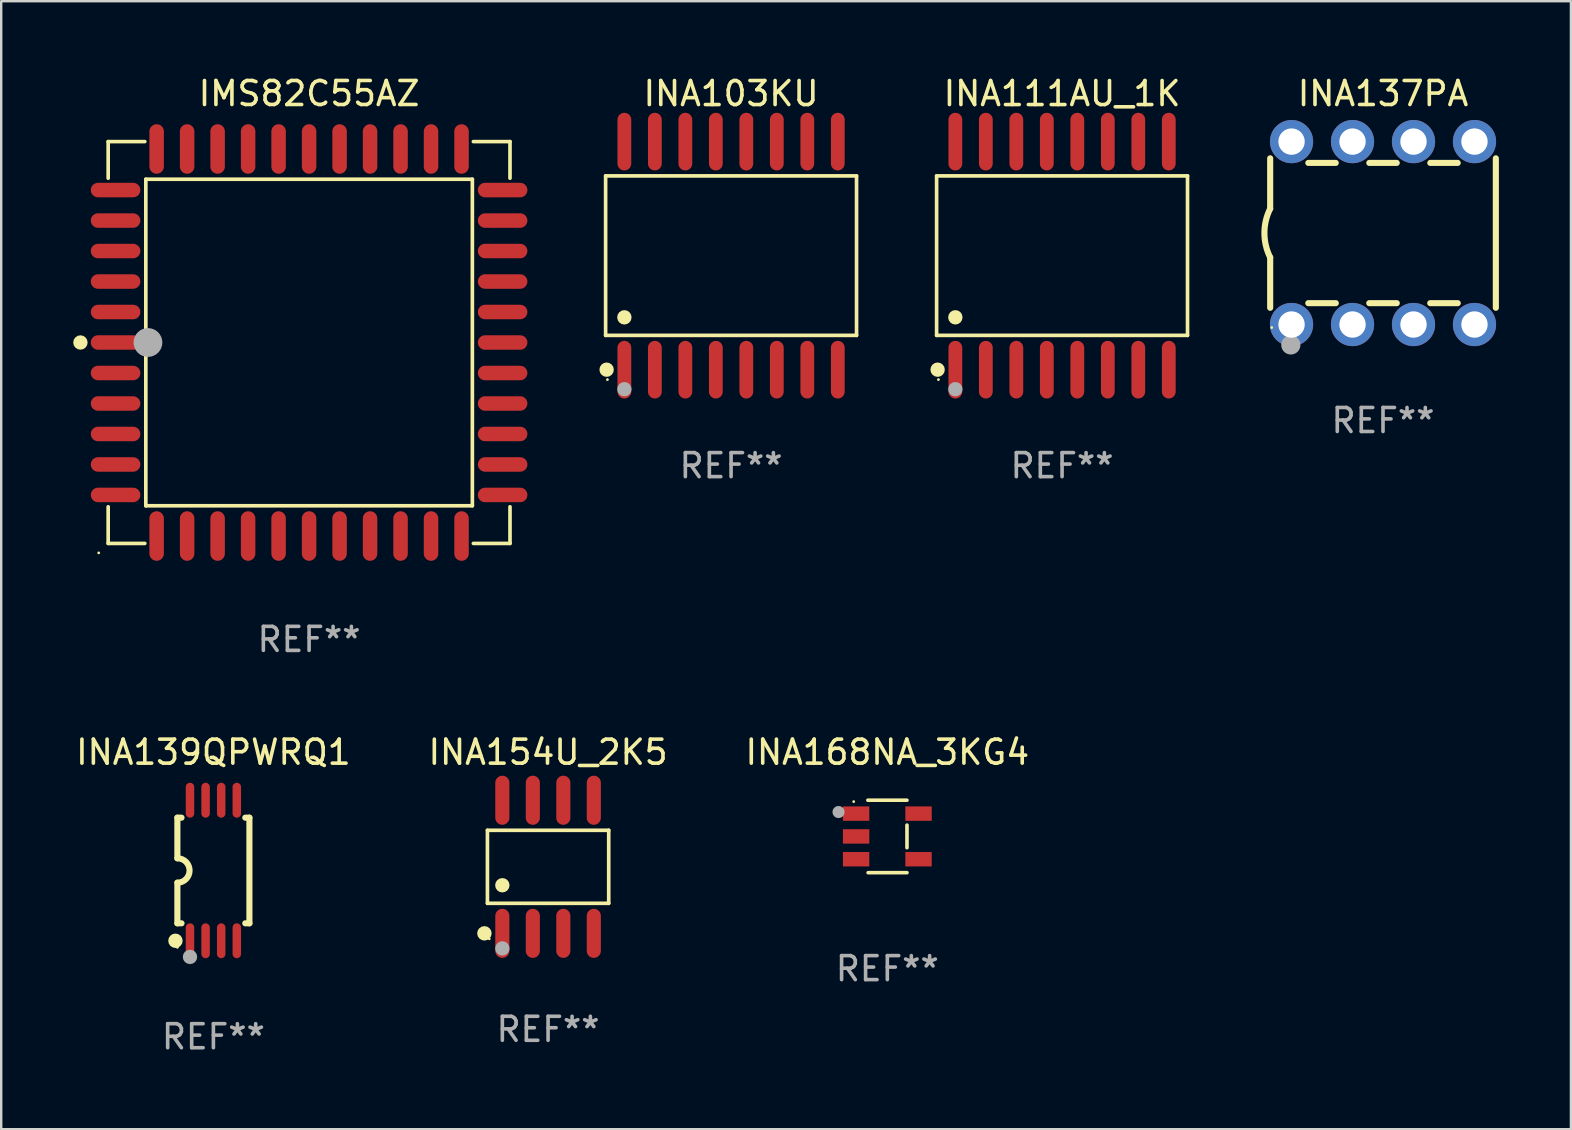
<source format=kicad_pcb>
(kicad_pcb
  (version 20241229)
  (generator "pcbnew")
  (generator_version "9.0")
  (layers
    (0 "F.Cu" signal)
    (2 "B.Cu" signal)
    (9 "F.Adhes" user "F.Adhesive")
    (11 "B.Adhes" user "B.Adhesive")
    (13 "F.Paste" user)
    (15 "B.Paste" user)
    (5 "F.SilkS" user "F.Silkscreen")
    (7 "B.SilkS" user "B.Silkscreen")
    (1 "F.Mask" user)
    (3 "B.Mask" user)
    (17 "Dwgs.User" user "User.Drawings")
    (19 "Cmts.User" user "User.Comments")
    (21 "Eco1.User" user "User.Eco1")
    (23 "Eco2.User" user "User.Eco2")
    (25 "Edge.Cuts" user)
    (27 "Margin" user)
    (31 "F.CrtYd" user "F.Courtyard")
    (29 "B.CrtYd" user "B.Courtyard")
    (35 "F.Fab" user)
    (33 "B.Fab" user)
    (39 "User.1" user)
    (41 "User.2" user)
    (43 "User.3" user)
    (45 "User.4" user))
  (footprint "IMS82C55AZ"
    (layer "F.Cu")
    (at 9.825 11.217)
    (property "Reference" "IMS82C55AZ" (at 0 -10.369 0) (layer "F.SilkS") (effects (font (size 1 1) (thickness 0.15))))
    (attr through_hole)
    (fp_line (start -8.369 -8.369) (end -6.843 -8.369) (stroke (width 0.152) (type solid)) (layer "F.SilkS"))
    (fp_line (start -8.369 -6.843) (end -8.369 -8.369) (stroke (width 0.152) (type solid)) (layer "F.SilkS"))
    (fp_line (start -8.369 6.843) (end -8.369 8.369) (stroke (width 0.152) (type solid)) (layer "F.SilkS"))
    (fp_line (start -8.369 8.369) (end -6.843 8.369) (stroke (width 0.152) (type solid)) (layer "F.SilkS"))
    (fp_line (start -6.801 -6.801) (end 6.801 -6.801) (stroke (width 0.152) (type solid)) (layer "F.SilkS"))
    (fp_line (start -6.801 6.801) (end -6.801 -6.801) (stroke (width 0.152) (type solid)) (layer "F.SilkS"))
    (fp_line (start 6.801 -6.801) (end 6.801 6.801) (stroke (width 0.152) (type solid)) (layer "F.SilkS"))
    (fp_line (start 6.801 6.801) (end -6.801 6.801) (stroke (width 0.152) (type solid)) (layer "F.SilkS"))
    (fp_line (start 8.369 -8.369) (end 6.843 -8.369) (stroke (width 0.152) (type solid)) (layer "F.SilkS"))
    (fp_line (start 8.369 -6.843) (end 8.369 -8.369) (stroke (width 0.152) (type solid)) (layer "F.SilkS"))
    (fp_line (start 8.369 6.843) (end 8.369 8.369) (stroke (width 0.152) (type solid)) (layer "F.SilkS"))
    (fp_line (start 8.369 8.369) (end 6.843 8.369) (stroke (width 0.152) (type solid)) (layer "F.SilkS"))
    (fp_circle (center -9.525 -0.000127) (end -9.375 -0.000127) (stroke (width 0.3) (type solid)) (fill no) (layer "F.SilkS"))
    (fp_circle (center -8.763 8.763) (end -8.733 8.763) (stroke (width 0.06) (type solid)) (fill no) (layer "F.SilkS"))
    (fp_circle (center -6.712 -0.000127) (end -6.412 -0.000127) (stroke (width 0.6) (type solid)) (fill no) (layer "F.Fab"))
    (fp_text user "REF**" (at 0 12.369 0) (layer "F.Fab") (effects (font (size 1 1) (thickness 0.15))))
    (pad "1" smd oval (at -8.061 -0.000127 90) (size 0.604 2.064) (layers "F.Cu" "F.Mask" "F.Paste"))
    (pad "2" smd oval (at -8.061 1.27 90) (size 0.604 2.064) (layers "F.Cu" "F.Mask" "F.Paste"))
    (pad "3" smd oval (at -8.061 2.54 90) (size 0.604 2.064) (layers "F.Cu" "F.Mask" "F.Paste"))
    (pad "4" smd oval (at -8.061 3.81 90) (size 0.604 2.064) (layers "F.Cu" "F.Mask" "F.Paste"))
    (pad "5" smd oval (at -8.061 5.08 90) (size 0.604 2.064) (layers "F.Cu" "F.Mask" "F.Paste"))
    (pad "6" smd oval (at -8.061 6.35 90) (size 0.604 2.064) (layers "F.Cu" "F.Mask" "F.Paste"))
    (pad "7" smd oval (at -6.35 8.061 90) (size 2.064 0.604) (layers "F.Cu" "F.Mask" "F.Paste"))
    (pad "8" smd oval (at -5.08 8.061 90) (size 2.064 0.604) (layers "F.Cu" "F.Mask" "F.Paste"))
    (pad "9" smd oval (at -3.81 8.061 90) (size 2.064 0.604) (layers "F.Cu" "F.Mask" "F.Paste"))
    (pad "10" smd oval (at -2.54 8.061 90) (size 2.064 0.604) (layers "F.Cu" "F.Mask" "F.Paste"))
    (pad "11" smd oval (at -1.27 8.061 90) (size 2.064 0.604) (layers "F.Cu" "F.Mask" "F.Paste"))
    (pad "12" smd oval (at 0.000076 8.061 90) (size 2.064 0.604) (layers "F.Cu" "F.Mask" "F.Paste"))
    (pad "13" smd oval (at 1.27 8.061 90) (size 2.064 0.604) (layers "F.Cu" "F.Mask" "F.Paste"))
    (pad "14" smd oval (at 2.54 8.061 90) (size 2.064 0.604) (layers "F.Cu" "F.Mask" "F.Paste"))
    (pad "15" smd oval (at 3.81 8.061 90) (size 2.064 0.604) (layers "F.Cu" "F.Mask" "F.Paste"))
    (pad "16" smd oval (at 5.08 8.061 90) (size 2.064 0.604) (layers "F.Cu" "F.Mask" "F.Paste"))
    (pad "17" smd oval (at 6.35 8.061 90) (size 2.064 0.604) (layers "F.Cu" "F.Mask" "F.Paste"))
    (pad "18" smd oval (at 8.062 6.35 90) (size 0.604 2.064) (layers "F.Cu" "F.Mask" "F.Paste"))
    (pad "19" smd oval (at 8.062 5.08 90) (size 0.604 2.064) (layers "F.Cu" "F.Mask" "F.Paste"))
    (pad "20" smd oval (at 8.062 3.81 90) (size 0.604 2.064) (layers "F.Cu" "F.Mask" "F.Paste"))
    (pad "21" smd oval (at 8.062 2.54 90) (size 0.604 2.064) (layers "F.Cu" "F.Mask" "F.Paste"))
    (pad "22" smd oval (at 8.062 1.27 90) (size 0.604 2.064) (layers "F.Cu" "F.Mask" "F.Paste"))
    (pad "23" smd oval (at 8.062 -0.000127 90) (size 0.604 2.064) (layers "F.Cu" "F.Mask" "F.Paste"))
    (pad "24" smd oval (at 8.062 -1.27 90) (size 0.604 2.064) (layers "F.Cu" "F.Mask" "F.Paste"))
    (pad "25" smd oval (at 8.062 -2.54 90) (size 0.604 2.064) (layers "F.Cu" "F.Mask" "F.Paste"))
    (pad "26" smd oval (at 8.062 -3.81 90) (size 0.604 2.064) (layers "F.Cu" "F.Mask" "F.Paste"))
    (pad "27" smd oval (at 8.062 -5.08 90) (size 0.604 2.064) (layers "F.Cu" "F.Mask" "F.Paste"))
    (pad "28" smd oval (at 8.062 -6.35 90) (size 0.604 2.064) (layers "F.Cu" "F.Mask" "F.Paste"))
    (pad "29" smd oval (at 6.35 -8.061 90) (size 2.064 0.604) (layers "F.Cu" "F.Mask" "F.Paste"))
    (pad "30" smd oval (at 5.08 -8.061 90) (size 2.064 0.604) (layers "F.Cu" "F.Mask" "F.Paste"))
    (pad "31" smd oval (at 3.81 -8.061 90) (size 2.064 0.604) (layers "F.Cu" "F.Mask" "F.Paste"))
    (pad "32" smd oval (at 2.54 -8.061 90) (size 2.064 0.604) (layers "F.Cu" "F.Mask" "F.Paste"))
    (pad "33" smd oval (at 1.27 -8.061 90) (size 2.064 0.604) (layers "F.Cu" "F.Mask" "F.Paste"))
    (pad "34" smd oval (at 0.000076 -8.061 90) (size 2.064 0.604) (layers "F.Cu" "F.Mask" "F.Paste"))
    (pad "35" smd oval (at -1.27 -8.061 90) (size 2.064 0.604) (layers "F.Cu" "F.Mask" "F.Paste"))
    (pad "36" smd oval (at -2.54 -8.061 90) (size 2.064 0.604) (layers "F.Cu" "F.Mask" "F.Paste"))
    (pad "37" smd oval (at -3.81 -8.061 90) (size 2.064 0.604) (layers "F.Cu" "F.Mask" "F.Paste"))
    (pad "38" smd oval (at -5.08 -8.061 90) (size 2.064 0.604) (layers "F.Cu" "F.Mask" "F.Paste"))
    (pad "39" smd oval (at -6.35 -8.061 90) (size 2.064 0.604) (layers "F.Cu" "F.Mask" "F.Paste"))
    (pad "40" smd oval (at -8.061 -6.35 90) (size 0.604 2.064) (layers "F.Cu" "F.Mask" "F.Paste"))
    (pad "41" smd oval (at -8.061 -5.08 90) (size 0.604 2.064) (layers "F.Cu" "F.Mask" "F.Paste"))
    (pad "42" smd oval (at -8.061 -3.81 90) (size 0.604 2.064) (layers "F.Cu" "F.Mask" "F.Paste"))
    (pad "43" smd oval (at -8.061 -2.54 90) (size 0.604 2.064) (layers "F.Cu" "F.Mask" "F.Paste"))
    (pad "44" smd oval (at -8.061 -1.27 90) (size 0.604 2.064) (layers "F.Cu" "F.Mask" "F.Paste")))
  (footprint "INA168NA_3KG4"
    (layer "F.Cu")
    (at 33.911 31.792)
    (property "Reference" "INA168NA_3KG4" (at 0 -3.509 0) (layer "F.SilkS") (effects (font (size 1 1) (thickness 0.15))))
    (attr through_hole)
    (fp_line (start -0.811 -1.509) (end 0.819 -1.509) (stroke (width 0.15) (type solid)) (layer "F.SilkS"))
    (fp_line (start -0.8 1.509) (end 0.82 1.509) (stroke (width 0.15) (type solid)) (layer "F.SilkS"))
    (fp_line (start 0.819 -0.472) (end 0.819 0.47) (stroke (width 0.15) (type solid)) (layer "F.SilkS"))
    (fp_circle (center -1.4 -1.451) (end -1.37 -1.451) (stroke (width 0.06) (type solid)) (fill no) (layer "F.SilkS"))
    (fp_circle (center -2.032 -1.017) (end -1.905 -1.017) (stroke (width 0.254) (type solid)) (fill no) (layer "F.Fab"))
    (fp_text user "REF**" (at 0 5.509 0) (layer "F.Fab") (effects (font (size 1 1) (thickness 0.15))))
    (pad "1" smd rect (at -1.3 -0.951) (size 1.1 0.6) (layers "F.Cu" "F.Mask" "F.Paste"))
    (pad "2" smd rect (at -1.3 -0.001) (size 1.1 0.6) (layers "F.Cu" "F.Mask" "F.Paste"))
    (pad "3" smd rect (at -1.3 0.949) (size 1.1 0.6) (layers "F.Cu" "F.Mask" "F.Paste"))
    (pad "4" smd rect (at 1.3 0.949) (size 1.1 0.6) (layers "F.Cu" "F.Mask" "F.Paste"))
    (pad "5" smd rect (at 1.3 -0.951) (size 1.1 0.6) (layers "F.Cu" "F.Mask" "F.Paste")))
  (footprint "INA111AU_1K"
    (layer "F.Cu")
    (at 41.19 7.599)
    (property "Reference" "INA111AU_1K" (at 0 -6.75 0) (layer "F.SilkS") (effects (font (size 1 1) (thickness 0.15))))
    (attr through_hole)
    (fp_line (start -5.226 -3.321) (end 5.226 -3.321) (stroke (width 0.152) (type solid)) (layer "F.SilkS"))
    (fp_line (start -5.226 3.321) (end -5.226 -3.321) (stroke (width 0.152) (type solid)) (layer "F.SilkS"))
    (fp_line (start 5.226 -3.321) (end 5.226 3.321) (stroke (width 0.152) (type solid)) (layer "F.SilkS"))
    (fp_line (start 5.226 3.321) (end -5.226 3.321) (stroke (width 0.152) (type solid)) (layer "F.SilkS"))
    (fp_circle (center -5.184 4.75) (end -5.034 4.75) (stroke (width 0.3) (type solid)) (fill no) (layer "F.SilkS"))
    (fp_circle (center -5.15 5.163) (end -5.12 5.163) (stroke (width 0.06) (type solid)) (fill no) (layer "F.SilkS"))
    (fp_circle (center -4.445 2.569) (end -4.295 2.569) (stroke (width 0.3) (type solid)) (fill no) (layer "F.SilkS"))
    (fp_circle (center -4.445 5.563) (end -4.295 5.563) (stroke (width 0.3) (type solid)) (fill no) (layer "F.Fab"))
    (fp_text user "REF**" (at 0 8.75 0) (layer "F.Fab") (effects (font (size 1 1) (thickness 0.15))))
    (pad "1" smd oval (at -4.445 4.75) (size 0.574 2.401) (layers "F.Cu" "F.Mask" "F.Paste"))
    (pad "2" smd oval (at -3.175 4.75) (size 0.574 2.401) (layers "F.Cu" "F.Mask" "F.Paste"))
    (pad "3" smd oval (at -1.905 4.75) (size 0.574 2.401) (layers "F.Cu" "F.Mask" "F.Paste"))
    (pad "4" smd oval (at -0.635 4.75) (size 0.574 2.401) (layers "F.Cu" "F.Mask" "F.Paste"))
    (pad "5" smd oval (at 0.635 4.75) (size 0.574 2.401) (layers "F.Cu" "F.Mask" "F.Paste"))
    (pad "6" smd oval (at 1.905 4.75) (size 0.574 2.401) (layers "F.Cu" "F.Mask" "F.Paste"))
    (pad "7" smd oval (at 3.175 4.75) (size 0.574 2.401) (layers "F.Cu" "F.Mask" "F.Paste"))
    (pad "8" smd oval (at 4.445 4.75) (size 0.574 2.401) (layers "F.Cu" "F.Mask" "F.Paste"))
    (pad "9" smd oval (at 4.445 -4.75) (size 0.574 2.401) (layers "F.Cu" "F.Mask" "F.Paste"))
    (pad "10" smd oval (at 3.175 -4.75) (size 0.574 2.401) (layers "F.Cu" "F.Mask" "F.Paste"))
    (pad "11" smd oval (at 1.905 -4.75) (size 0.574 2.401) (layers "F.Cu" "F.Mask" "F.Paste"))
    (pad "12" smd oval (at 0.635 -4.75) (size 0.574 2.401) (layers "F.Cu" "F.Mask" "F.Paste"))
    (pad "13" smd oval (at -0.635 -4.75) (size 0.574 2.401) (layers "F.Cu" "F.Mask" "F.Paste"))
    (pad "14" smd oval (at -1.905 -4.75) (size 0.574 2.401) (layers "F.Cu" "F.Mask" "F.Paste"))
    (pad "15" smd oval (at -3.175 -4.75) (size 0.574 2.401) (layers "F.Cu" "F.Mask" "F.Paste"))
    (pad "16" smd oval (at -4.445 -4.75) (size 0.574 2.401) (layers "F.Cu" "F.Mask" "F.Paste")))
  (footprint "INA154U_2K5"
    (layer "F.Cu")
    (at 19.78 33.056)
    (property "Reference" "INA154U_2K5" (at 0 -4.772 0) (layer "F.SilkS") (effects (font (size 1 1) (thickness 0.15))))
    (attr through_hole)
    (fp_line (start -2.526 -1.521) (end 2.526 -1.521) (stroke (width 0.152) (type solid)) (layer "F.SilkS"))
    (fp_line (start -2.526 1.521) (end -2.526 -1.521) (stroke (width 0.152) (type solid)) (layer "F.SilkS"))
    (fp_line (start 2.526 -1.521) (end 2.526 1.521) (stroke (width 0.152) (type solid)) (layer "F.SilkS"))
    (fp_line (start 2.526 1.521) (end -2.526 1.521) (stroke (width 0.152) (type solid)) (layer "F.SilkS"))
    (fp_circle (center -2.652 2.772) (end -2.501 2.772) (stroke (width 0.3) (type solid)) (fill no) (layer "F.SilkS"))
    (fp_circle (center -2.45 3) (end -2.42 3) (stroke (width 0.06) (type solid)) (fill no) (layer "F.SilkS"))
    (fp_circle (center -1.905 0.769) (end -1.755 0.769) (stroke (width 0.3) (type solid)) (fill no) (layer "F.SilkS"))
    (fp_circle (center -1.905 3.4) (end -1.755 3.4) (stroke (width 0.3) (type solid)) (fill no) (layer "F.Fab"))
    (fp_text user "REF**" (at 0 6.772 0) (layer "F.Fab") (effects (font (size 1 1) (thickness 0.15))))
    (pad "1" smd oval (at -1.905 2.772) (size 0.588 2.045) (layers "F.Cu" "F.Mask" "F.Paste"))
    (pad "2" smd oval (at -0.635 2.772) (size 0.588 2.045) (layers "F.Cu" "F.Mask" "F.Paste"))
    (pad "3" smd oval (at 0.635 2.772) (size 0.588 2.045) (layers "F.Cu" "F.Mask" "F.Paste"))
    (pad "4" smd oval (at 1.905 2.772) (size 0.588 2.045) (layers "F.Cu" "F.Mask" "F.Paste"))
    (pad "5" smd oval (at 1.905 -2.772) (size 0.588 2.045) (layers "F.Cu" "F.Mask" "F.Paste"))
    (pad "6" smd oval (at 0.635 -2.772) (size 0.588 2.045) (layers "F.Cu" "F.Mask" "F.Paste"))
    (pad "7" smd oval (at -0.635 -2.772) (size 0.588 2.045) (layers "F.Cu" "F.Mask" "F.Paste"))
    (pad "8" smd oval (at -1.905 -2.772) (size 0.588 2.045) (layers "F.Cu" "F.Mask" "F.Paste")))
  (footprint "INA103KU"
    (layer "F.Cu")
    (at 27.403 7.599)
    (property "Reference" "INA103KU" (at 0 -6.75 0) (layer "F.SilkS") (effects (font (size 1 1) (thickness 0.15))))
    (attr through_hole)
    (fp_line (start -5.226 -3.321) (end 5.226 -3.321) (stroke (width 0.152) (type solid)) (layer "F.SilkS"))
    (fp_line (start -5.226 3.321) (end -5.226 -3.321) (stroke (width 0.152) (type solid)) (layer "F.SilkS"))
    (fp_line (start 5.226 -3.321) (end 5.226 3.321) (stroke (width 0.152) (type solid)) (layer "F.SilkS"))
    (fp_line (start 5.226 3.321) (end -5.226 3.321) (stroke (width 0.152) (type solid)) (layer "F.SilkS"))
    (fp_circle (center -5.184 4.75) (end -5.034 4.75) (stroke (width 0.3) (type solid)) (fill no) (layer "F.SilkS"))
    (fp_circle (center -5.15 5.163) (end -5.12 5.163) (stroke (width 0.06) (type solid)) (fill no) (layer "F.SilkS"))
    (fp_circle (center -4.445 2.569) (end -4.295 2.569) (stroke (width 0.3) (type solid)) (fill no) (layer "F.SilkS"))
    (fp_circle (center -4.445 5.563) (end -4.295 5.563) (stroke (width 0.3) (type solid)) (fill no) (layer "F.Fab"))
    (fp_text user "REF**" (at 0 8.75 0) (layer "F.Fab") (effects (font (size 1 1) (thickness 0.15))))
    (pad "1" smd oval (at -4.445 4.75) (size 0.574 2.401) (layers "F.Cu" "F.Mask" "F.Paste"))
    (pad "2" smd oval (at -3.175 4.75) (size 0.574 2.401) (layers "F.Cu" "F.Mask" "F.Paste"))
    (pad "3" smd oval (at -1.905 4.75) (size 0.574 2.401) (layers "F.Cu" "F.Mask" "F.Paste"))
    (pad "4" smd oval (at -0.635 4.75) (size 0.574 2.401) (layers "F.Cu" "F.Mask" "F.Paste"))
    (pad "5" smd oval (at 0.635 4.75) (size 0.574 2.401) (layers "F.Cu" "F.Mask" "F.Paste"))
    (pad "6" smd oval (at 1.905 4.75) (size 0.574 2.401) (layers "F.Cu" "F.Mask" "F.Paste"))
    (pad "7" smd oval (at 3.175 4.75) (size 0.574 2.401) (layers "F.Cu" "F.Mask" "F.Paste"))
    (pad "8" smd oval (at 4.445 4.75) (size 0.574 2.401) (layers "F.Cu" "F.Mask" "F.Paste"))
    (pad "9" smd oval (at 4.445 -4.75) (size 0.574 2.401) (layers "F.Cu" "F.Mask" "F.Paste"))
    (pad "10" smd oval (at 3.175 -4.75) (size 0.574 2.401) (layers "F.Cu" "F.Mask" "F.Paste"))
    (pad "11" smd oval (at 1.905 -4.75) (size 0.574 2.401) (layers "F.Cu" "F.Mask" "F.Paste"))
    (pad "12" smd oval (at 0.635 -4.75) (size 0.574 2.401) (layers "F.Cu" "F.Mask" "F.Paste"))
    (pad "13" smd oval (at -0.635 -4.75) (size 0.574 2.401) (layers "F.Cu" "F.Mask" "F.Paste"))
    (pad "14" smd oval (at -1.905 -4.75) (size 0.574 2.401) (layers "F.Cu" "F.Mask" "F.Paste"))
    (pad "15" smd oval (at -3.175 -4.75) (size 0.574 2.401) (layers "F.Cu" "F.Mask" "F.Paste"))
    (pad "16" smd oval (at -4.445 -4.75) (size 0.574 2.401) (layers "F.Cu" "F.Mask" "F.Paste")))
  (footprint "INA139QPWRQ1"
    (layer "F.Cu")
    (at 5.839 33.21)
    (property "Reference" "INA139QPWRQ1" (at 0 -4.927 0) (layer "F.SilkS") (effects (font (size 1 1) (thickness 0.15))))
    (attr through_hole)
    (fp_line (start -1.5 -2.2) (end -1.5 -0.508) (stroke (width 0.254) (type solid)) (layer "F.SilkS"))
    (fp_line (start -1.5 -2.2) (end -1.328 -2.2) (stroke (width 0.254) (type solid)) (layer "F.SilkS"))
    (fp_line (start -1.5 2.2) (end -1.5 0.508) (stroke (width 0.254) (type solid)) (layer "F.SilkS"))
    (fp_line (start -1.5 2.2) (end -1.328 2.2) (stroke (width 0.254) (type solid)) (layer "F.SilkS"))
    (fp_line (start 1.328 -2.2) (end 1.5 -2.2) (stroke (width 0.254) (type solid)) (layer "F.SilkS"))
    (fp_line (start 1.328 2.2) (end 1.5 2.2) (stroke (width 0.254) (type solid)) (layer "F.SilkS"))
    (fp_line (start 1.5 -2.2) (end 1.5 2.2) (stroke (width 0.254) (type solid)) (layer "F.SilkS"))
    (fp_arc (start -1.501144 -0.508) (mid -0.993143 -0.000571) (end -1.5 0.508001) (stroke (width 0.254001) (type solid)) (layer "F.SilkS"))
    (fp_circle (center -1.581 2.927) (end -1.431 2.927) (stroke (width 0.3) (type solid)) (fill no) (layer "F.SilkS"))
    (fp_circle (center -1.5 3.2) (end -1.47 3.2) (stroke (width 0.06) (type solid)) (fill no) (layer "F.SilkS"))
    (fp_circle (center -0.975 3.6) (end -0.825 3.6) (stroke (width 0.3) (type solid)) (fill no) (layer "F.Fab"))
    (fp_text user "REF**" (at 0 6.927 0) (layer "F.Fab") (effects (font (size 1 1) (thickness 0.15))))
    (pad "1" smd oval (at -0.975 2.927) (size 0.353 1.454) (layers "F.Cu" "F.Mask" "F.Paste"))
    (pad "2" smd oval (at -0.325 2.927) (size 0.353 1.454) (layers "F.Cu" "F.Mask" "F.Paste"))
    (pad "3" smd oval (at 0.325 2.927) (size 0.353 1.454) (layers "F.Cu" "F.Mask" "F.Paste"))
    (pad "4" smd oval (at 0.975 2.927) (size 0.353 1.454) (layers "F.Cu" "F.Mask" "F.Paste"))
    (pad "5" smd oval (at 0.975 -2.927) (size 0.353 1.454) (layers "F.Cu" "F.Mask" "F.Paste"))
    (pad "6" smd oval (at 0.325 -2.927) (size 0.353 1.454) (layers "F.Cu" "F.Mask" "F.Paste"))
    (pad "7" smd oval (at -0.325 -2.927) (size 0.353 1.454) (layers "F.Cu" "F.Mask" "F.Paste"))
    (pad "8" smd oval (at -0.975 -2.927) (size 0.353 1.454) (layers "F.Cu" "F.Mask" "F.Paste")))
  (footprint "INA137PA"
    (layer "F.Cu")
    (at 54.559 6.658)
    (property "Reference" "INA137PA" (at 0 -5.81 0) (layer "F.SilkS") (effects (font (size 1 1) (thickness 0.15))))
    (attr through_hole)
    (fp_line (start -4.7 -1.017) (end -4.7 -3.113) (stroke (width 0.254) (type solid)) (layer "F.SilkS"))
    (fp_line (start -4.7 1.015) (end -4.7 3.113) (stroke (width 0.254) (type solid)) (layer "F.SilkS"))
    (fp_line (start -3.113 2.92) (end -1.967 2.92) (stroke (width 0.254) (type solid)) (layer "F.SilkS"))
    (fp_line (start -3.111 -2.922) (end -1.969 -2.922) (stroke (width 0.254) (type solid)) (layer "F.SilkS"))
    (fp_line (start -0.573 2.92) (end 0.573 2.92) (stroke (width 0.254) (type solid)) (layer "F.SilkS"))
    (fp_line (start -0.571 -2.922) (end 0.571 -2.922) (stroke (width 0.254) (type solid)) (layer "F.SilkS"))
    (fp_line (start 1.967 2.92) (end 3.113 2.92) (stroke (width 0.254) (type solid)) (layer "F.SilkS"))
    (fp_line (start 1.969 -2.922) (end 3.111 -2.922) (stroke (width 0.254) (type solid)) (layer "F.SilkS"))
    (fp_line (start 4.7 -3.113) (end 4.7 3.113) (stroke (width 0.254) (type solid)) (layer "F.SilkS"))
    (fp_arc (start -4.7 1.01524) (mid -4.939846 -0.000762) (end -4.7 -1.016764) (stroke (width 0.254001) (type solid)) (layer "F.SilkS"))
    (fp_circle (center -4.636 3.935) (end -4.606 3.935) (stroke (width 0.06) (type solid)) (fill no) (layer "F.SilkS"))
    (fp_circle (center -3.84 4.66) (end -3.64 4.66) (stroke (width 0.4) (type solid)) (fill no) (layer "F.Fab"))
    (fp_text user "REF**" (at 0 7.81 0) (layer "F.Fab") (effects (font (size 1 1) (thickness 0.15))))
    (pad "1" thru_hole circle (at -3.81 3.81) (size 1.8 1.8) (drill 1.1) (layers "*.Cu" "*.Mask"))
    (pad "2" thru_hole circle (at -1.27 3.81) (size 1.8 1.8) (drill 1.1) (layers "*.Cu" "*.Mask"))
    (pad "3" thru_hole circle (at 1.27 3.81) (size 1.8 1.8) (drill 1.1) (layers "*.Cu" "*.Mask"))
    (pad "4" thru_hole circle (at 3.81 3.81) (size 1.8 1.8) (drill 1.1) (layers "*.Cu" "*.Mask"))
    (pad "5" thru_hole circle (at 3.81 -3.81) (size 1.8 1.8) (drill 1.1) (layers "*.Cu" "*.Mask"))
    (pad "6" thru_hole circle (at 1.27 -3.81) (size 1.8 1.8) (drill 1.1) (layers "*.Cu" "*.Mask"))
    (pad "7" thru_hole circle (at -1.27 -3.81) (size 1.8 1.8) (drill 1.1) (layers "*.Cu" "*.Mask"))
    (pad "8" thru_hole circle (at -3.81 -3.81) (size 1.8 1.8) (drill 1.1) (layers "*.Cu" "*.Mask")))
  (gr_rect
    (start -3 -3)
    (end 62.386 43.986)
    (stroke (width 0.1) (type default))
    (fill no)
    (layer "Edge.Cuts")))
</source>
